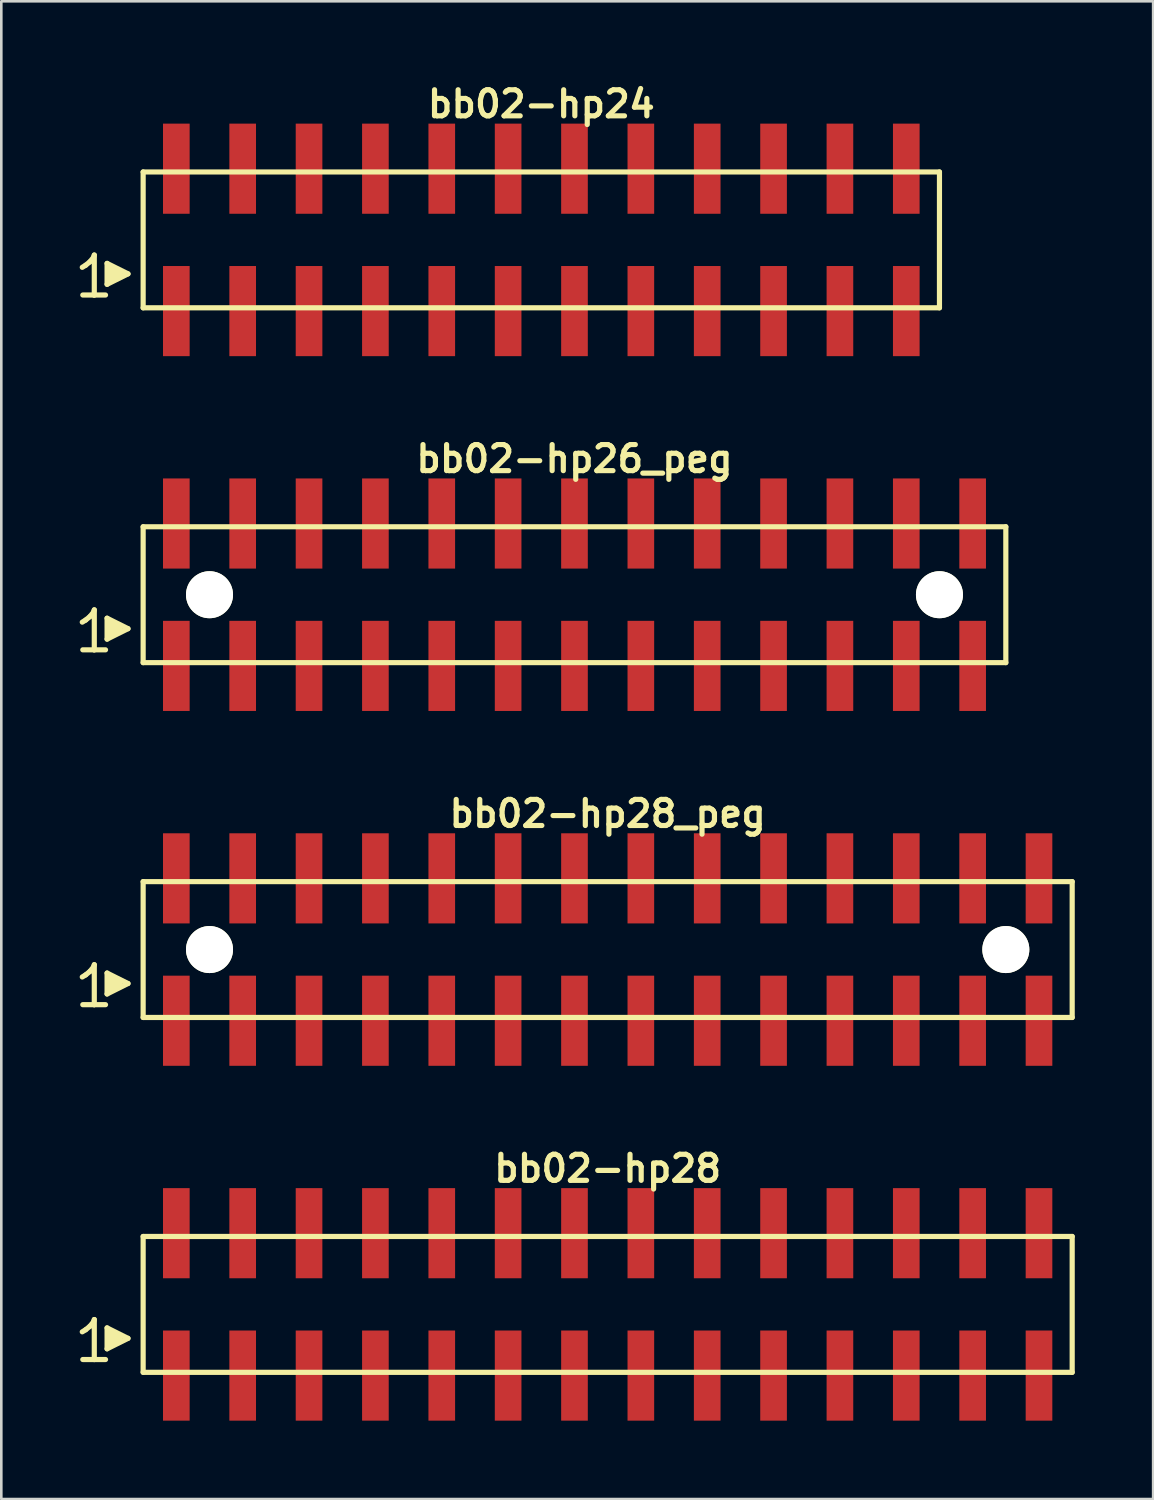
<source format=kicad_pcb>
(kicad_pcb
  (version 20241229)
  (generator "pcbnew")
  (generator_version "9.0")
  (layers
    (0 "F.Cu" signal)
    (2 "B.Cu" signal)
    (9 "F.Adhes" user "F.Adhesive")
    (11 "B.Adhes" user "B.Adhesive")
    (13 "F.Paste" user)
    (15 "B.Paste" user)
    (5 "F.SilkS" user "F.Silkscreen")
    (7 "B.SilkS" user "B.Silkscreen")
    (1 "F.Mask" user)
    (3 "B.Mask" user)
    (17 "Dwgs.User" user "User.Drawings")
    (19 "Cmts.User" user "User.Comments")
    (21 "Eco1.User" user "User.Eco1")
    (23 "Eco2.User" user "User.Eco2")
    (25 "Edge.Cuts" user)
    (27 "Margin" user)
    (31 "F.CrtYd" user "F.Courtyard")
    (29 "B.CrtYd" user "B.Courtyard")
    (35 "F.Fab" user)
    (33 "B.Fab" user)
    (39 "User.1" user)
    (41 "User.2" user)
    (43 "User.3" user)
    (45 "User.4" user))
  (footprint "bb02-hp28"
    (layer "F.Cu")
    (at 20.209 46.877)
    (property "Reference" "bb02-hp28" (at 0 -5.2 0) (layer "F.SilkS") (effects (font (size 0.998 0.998) (thickness 0.198))))
    (attr through_hole)
    (fp_line (start -20.11 1.05) (end -19.98 0.97) (stroke (width 0.198) (type solid)) (layer "F.SilkS"))
    (fp_line (start -19.98 0.97) (end -19.82 0.84) (stroke (width 0.198) (type solid)) (layer "F.SilkS"))
    (fp_line (start -19.82 0.84) (end -19.68 0.67) (stroke (width 0.198) (type solid)) (layer "F.SilkS"))
    (fp_line (start -19.68 0.67) (end -19.65 0.58) (stroke (width 0.198) (type solid)) (layer "F.SilkS"))
    (fp_line (start -19.65 0.58) (end -19.65 2.11) (stroke (width 0.198) (type solid)) (layer "F.SilkS"))
    (fp_line (start -19.65 2.11) (end -20.09 2.11) (stroke (width 0.198) (type solid)) (layer "F.SilkS"))
    (fp_line (start -19.22 2.11) (end -19.66 2.11) (stroke (width 0.198) (type solid)) (layer "F.SilkS"))
    (fp_line (start -19.16 0.9) (end -18.36 1.3) (stroke (width 0.198) (type solid)) (layer "F.SilkS"))
    (fp_line (start -19.16 1.7) (end -19.16 0.9) (stroke (width 0.198) (type solid)) (layer "F.SilkS"))
    (fp_line (start -19.06 1.6) (end -19.06 1) (stroke (width 0.198) (type solid)) (layer "F.SilkS"))
    (fp_line (start -18.96 1.1) (end -18.96 1.5) (stroke (width 0.198) (type solid)) (layer "F.SilkS"))
    (fp_line (start -18.86 1.5) (end -18.86 1.1) (stroke (width 0.198) (type solid)) (layer "F.SilkS"))
    (fp_line (start -18.76 1.2) (end -18.76 1.4) (stroke (width 0.198) (type solid)) (layer "F.SilkS"))
    (fp_line (start -18.66 1.4) (end -18.66 1.2) (stroke (width 0.198) (type solid)) (layer "F.SilkS"))
    (fp_line (start -18.36 1.3) (end -19.16 1.7) (stroke (width 0.198) (type solid)) (layer "F.SilkS"))
    (fp_line (start -17.78 -2.6) (end -17.78 2.6) (stroke (width 0.198) (type solid)) (layer "F.SilkS"))
    (fp_line (start -17.78 -2.6) (end 17.78 -2.6) (stroke (width 0.198) (type solid)) (layer "F.SilkS"))
    (fp_line (start 17.78 2.6) (end -17.78 2.6) (stroke (width 0.198) (type solid)) (layer "F.SilkS"))
    (fp_line (start 17.78 2.6) (end 17.78 -2.6) (stroke (width 0.198) (type solid)) (layer "F.SilkS"))
    (pad "1" smd rect (at -16.51 2.725) (size 1.02 3.45) (layers "F.Cu" "F.Mask" "F.Paste"))
    (pad "2" smd rect (at -16.51 -2.725) (size 1.02 3.45) (layers "F.Cu" "F.Mask" "F.Paste"))
    (pad "3" smd rect (at -13.97 2.725) (size 1.02 3.45) (layers "F.Cu" "F.Mask" "F.Paste"))
    (pad "4" smd rect (at -13.97 -2.725) (size 1.02 3.45) (layers "F.Cu" "F.Mask" "F.Paste"))
    (pad "5" smd rect (at -11.43 2.725) (size 1.02 3.45) (layers "F.Cu" "F.Mask" "F.Paste"))
    (pad "6" smd rect (at -11.43 -2.725) (size 1.02 3.45) (layers "F.Cu" "F.Mask" "F.Paste"))
    (pad "7" smd rect (at -8.89 2.725) (size 1.02 3.45) (layers "F.Cu" "F.Mask" "F.Paste"))
    (pad "8" smd rect (at -8.89 -2.725) (size 1.02 3.45) (layers "F.Cu" "F.Mask" "F.Paste"))
    (pad "9" smd rect (at -6.35 2.725) (size 1.02 3.45) (layers "F.Cu" "F.Mask" "F.Paste"))
    (pad "10" smd rect (at -6.35 -2.725) (size 1.02 3.45) (layers "F.Cu" "F.Mask" "F.Paste"))
    (pad "11" smd rect (at -3.81 2.725) (size 1.02 3.45) (layers "F.Cu" "F.Mask" "F.Paste"))
    (pad "12" smd rect (at -3.81 -2.725) (size 1.02 3.45) (layers "F.Cu" "F.Mask" "F.Paste"))
    (pad "13" smd rect (at -1.27 2.725) (size 1.02 3.45) (layers "F.Cu" "F.Mask" "F.Paste"))
    (pad "14" smd rect (at -1.27 -2.725) (size 1.02 3.45) (layers "F.Cu" "F.Mask" "F.Paste"))
    (pad "15" smd rect (at 1.27 2.725) (size 1.02 3.45) (layers "F.Cu" "F.Mask" "F.Paste"))
    (pad "16" smd rect (at 1.27 -2.725) (size 1.02 3.45) (layers "F.Cu" "F.Mask" "F.Paste"))
    (pad "17" smd rect (at 3.81 2.725) (size 1.02 3.45) (layers "F.Cu" "F.Mask" "F.Paste"))
    (pad "18" smd rect (at 3.81 -2.725) (size 1.02 3.45) (layers "F.Cu" "F.Mask" "F.Paste"))
    (pad "19" smd rect (at 6.35 2.725) (size 1.02 3.45) (layers "F.Cu" "F.Mask" "F.Paste"))
    (pad "20" smd rect (at 6.35 -2.725) (size 1.02 3.45) (layers "F.Cu" "F.Mask" "F.Paste"))
    (pad "21" smd rect (at 8.89 2.725) (size 1.02 3.45) (layers "F.Cu" "F.Mask" "F.Paste"))
    (pad "22" smd rect (at 8.89 -2.725) (size 1.02 3.45) (layers "F.Cu" "F.Mask" "F.Paste"))
    (pad "23" smd rect (at 11.43 2.725) (size 1.02 3.45) (layers "F.Cu" "F.Mask" "F.Paste"))
    (pad "24" smd rect (at 11.43 -2.725) (size 1.02 3.45) (layers "F.Cu" "F.Mask" "F.Paste"))
    (pad "25" smd rect (at 13.97 2.725) (size 1.02 3.45) (layers "F.Cu" "F.Mask" "F.Paste"))
    (pad "26" smd rect (at 13.97 -2.725) (size 1.02 3.45) (layers "F.Cu" "F.Mask" "F.Paste"))
    (pad "27" smd rect (at 16.51 2.725) (size 1.02 3.45) (layers "F.Cu" "F.Mask" "F.Paste"))
    (pad "28" smd rect (at 16.51 -2.725) (size 1.02 3.45) (layers "F.Cu" "F.Mask" "F.Paste")))
  (footprint "bb02-hp24"
    (layer "F.Cu")
    (at 17.669 6.132)
    (property "Reference" "bb02-hp24" (at 0 -5.2 0) (layer "F.SilkS") (effects (font (size 0.998 0.998) (thickness 0.198))))
    (attr through_hole)
    (fp_line (start -17.57 1.05) (end -17.44 0.97) (stroke (width 0.198) (type solid)) (layer "F.SilkS"))
    (fp_line (start -17.44 0.97) (end -17.28 0.84) (stroke (width 0.198) (type solid)) (layer "F.SilkS"))
    (fp_line (start -17.28 0.84) (end -17.14 0.67) (stroke (width 0.198) (type solid)) (layer "F.SilkS"))
    (fp_line (start -17.14 0.67) (end -17.11 0.58) (stroke (width 0.198) (type solid)) (layer "F.SilkS"))
    (fp_line (start -17.11 0.58) (end -17.11 2.11) (stroke (width 0.198) (type solid)) (layer "F.SilkS"))
    (fp_line (start -17.11 2.11) (end -17.55 2.11) (stroke (width 0.198) (type solid)) (layer "F.SilkS"))
    (fp_line (start -16.68 2.11) (end -17.12 2.11) (stroke (width 0.198) (type solid)) (layer "F.SilkS"))
    (fp_line (start -16.62 0.9) (end -15.82 1.3) (stroke (width 0.198) (type solid)) (layer "F.SilkS"))
    (fp_line (start -16.62 1.7) (end -16.62 0.9) (stroke (width 0.198) (type solid)) (layer "F.SilkS"))
    (fp_line (start -16.52 1.6) (end -16.52 1) (stroke (width 0.198) (type solid)) (layer "F.SilkS"))
    (fp_line (start -16.42 1.1) (end -16.42 1.5) (stroke (width 0.198) (type solid)) (layer "F.SilkS"))
    (fp_line (start -16.32 1.5) (end -16.32 1.1) (stroke (width 0.198) (type solid)) (layer "F.SilkS"))
    (fp_line (start -16.22 1.2) (end -16.22 1.4) (stroke (width 0.198) (type solid)) (layer "F.SilkS"))
    (fp_line (start -16.12 1.4) (end -16.12 1.2) (stroke (width 0.198) (type solid)) (layer "F.SilkS"))
    (fp_line (start -15.82 1.3) (end -16.62 1.7) (stroke (width 0.198) (type solid)) (layer "F.SilkS"))
    (fp_line (start -15.24 -2.6) (end -15.24 2.6) (stroke (width 0.198) (type solid)) (layer "F.SilkS"))
    (fp_line (start -15.24 -2.6) (end 15.24 -2.6) (stroke (width 0.198) (type solid)) (layer "F.SilkS"))
    (fp_line (start 15.24 2.6) (end -15.24 2.6) (stroke (width 0.198) (type solid)) (layer "F.SilkS"))
    (fp_line (start 15.24 2.6) (end 15.24 -2.6) (stroke (width 0.198) (type solid)) (layer "F.SilkS"))
    (pad "1" smd rect (at -13.97 2.725) (size 1.02 3.45) (layers "F.Cu" "F.Mask" "F.Paste"))
    (pad "2" smd rect (at -13.97 -2.725) (size 1.02 3.45) (layers "F.Cu" "F.Mask" "F.Paste"))
    (pad "3" smd rect (at -11.43 2.725) (size 1.02 3.45) (layers "F.Cu" "F.Mask" "F.Paste"))
    (pad "4" smd rect (at -11.43 -2.725) (size 1.02 3.45) (layers "F.Cu" "F.Mask" "F.Paste"))
    (pad "5" smd rect (at -8.89 2.725) (size 1.02 3.45) (layers "F.Cu" "F.Mask" "F.Paste"))
    (pad "6" smd rect (at -8.89 -2.725) (size 1.02 3.45) (layers "F.Cu" "F.Mask" "F.Paste"))
    (pad "7" smd rect (at -6.35 2.725) (size 1.02 3.45) (layers "F.Cu" "F.Mask" "F.Paste"))
    (pad "8" smd rect (at -6.35 -2.725) (size 1.02 3.45) (layers "F.Cu" "F.Mask" "F.Paste"))
    (pad "9" smd rect (at -3.81 2.725) (size 1.02 3.45) (layers "F.Cu" "F.Mask" "F.Paste"))
    (pad "10" smd rect (at -3.81 -2.725) (size 1.02 3.45) (layers "F.Cu" "F.Mask" "F.Paste"))
    (pad "11" smd rect (at -1.27 2.725) (size 1.02 3.45) (layers "F.Cu" "F.Mask" "F.Paste"))
    (pad "12" smd rect (at -1.27 -2.725) (size 1.02 3.45) (layers "F.Cu" "F.Mask" "F.Paste"))
    (pad "13" smd rect (at 1.27 2.725) (size 1.02 3.45) (layers "F.Cu" "F.Mask" "F.Paste"))
    (pad "14" smd rect (at 1.27 -2.725) (size 1.02 3.45) (layers "F.Cu" "F.Mask" "F.Paste"))
    (pad "15" smd rect (at 3.81 2.725) (size 1.02 3.45) (layers "F.Cu" "F.Mask" "F.Paste"))
    (pad "16" smd rect (at 3.81 -2.725) (size 1.02 3.45) (layers "F.Cu" "F.Mask" "F.Paste"))
    (pad "17" smd rect (at 6.35 2.725) (size 1.02 3.45) (layers "F.Cu" "F.Mask" "F.Paste"))
    (pad "18" smd rect (at 6.35 -2.725) (size 1.02 3.45) (layers "F.Cu" "F.Mask" "F.Paste"))
    (pad "19" smd rect (at 8.89 2.725) (size 1.02 3.45) (layers "F.Cu" "F.Mask" "F.Paste"))
    (pad "20" smd rect (at 8.89 -2.725) (size 1.02 3.45) (layers "F.Cu" "F.Mask" "F.Paste"))
    (pad "21" smd rect (at 11.43 2.725) (size 1.02 3.45) (layers "F.Cu" "F.Mask" "F.Paste"))
    (pad "22" smd rect (at 11.43 -2.725) (size 1.02 3.45) (layers "F.Cu" "F.Mask" "F.Paste"))
    (pad "23" smd rect (at 13.97 2.725) (size 1.02 3.45) (layers "F.Cu" "F.Mask" "F.Paste"))
    (pad "24" smd rect (at 13.97 -2.725) (size 1.02 3.45) (layers "F.Cu" "F.Mask" "F.Paste")))
  (footprint "bb02-hp26_peg"
    (layer "F.Cu")
    (at 18.939 19.713)
    (property "Reference" "bb02-hp26_peg" (at 0 -5.2 0) (layer "F.SilkS") (effects (font (size 0.998 0.998) (thickness 0.198))))
    (attr through_hole)
    (fp_line (start -18.84 1.05) (end -18.71 0.97) (stroke (width 0.198) (type solid)) (layer "F.SilkS"))
    (fp_line (start -18.71 0.97) (end -18.55 0.84) (stroke (width 0.198) (type solid)) (layer "F.SilkS"))
    (fp_line (start -18.55 0.84) (end -18.41 0.67) (stroke (width 0.198) (type solid)) (layer "F.SilkS"))
    (fp_line (start -18.41 0.67) (end -18.38 0.58) (stroke (width 0.198) (type solid)) (layer "F.SilkS"))
    (fp_line (start -18.38 0.58) (end -18.38 2.11) (stroke (width 0.198) (type solid)) (layer "F.SilkS"))
    (fp_line (start -18.38 2.11) (end -18.82 2.11) (stroke (width 0.198) (type solid)) (layer "F.SilkS"))
    (fp_line (start -17.95 2.11) (end -18.39 2.11) (stroke (width 0.198) (type solid)) (layer "F.SilkS"))
    (fp_line (start -17.89 0.9) (end -17.09 1.3) (stroke (width 0.198) (type solid)) (layer "F.SilkS"))
    (fp_line (start -17.89 1.7) (end -17.89 0.9) (stroke (width 0.198) (type solid)) (layer "F.SilkS"))
    (fp_line (start -17.79 1.6) (end -17.79 1) (stroke (width 0.198) (type solid)) (layer "F.SilkS"))
    (fp_line (start -17.69 1.1) (end -17.69 1.5) (stroke (width 0.198) (type solid)) (layer "F.SilkS"))
    (fp_line (start -17.59 1.5) (end -17.59 1.1) (stroke (width 0.198) (type solid)) (layer "F.SilkS"))
    (fp_line (start -17.49 1.2) (end -17.49 1.4) (stroke (width 0.198) (type solid)) (layer "F.SilkS"))
    (fp_line (start -17.39 1.4) (end -17.39 1.2) (stroke (width 0.198) (type solid)) (layer "F.SilkS"))
    (fp_line (start -17.09 1.3) (end -17.89 1.7) (stroke (width 0.198) (type solid)) (layer "F.SilkS"))
    (fp_line (start -16.51 -2.6) (end -16.51 2.6) (stroke (width 0.198) (type solid)) (layer "F.SilkS"))
    (fp_line (start -16.51 -2.6) (end 16.51 -2.6) (stroke (width 0.198) (type solid)) (layer "F.SilkS"))
    (fp_line (start 16.51 2.6) (end -16.51 2.6) (stroke (width 0.198) (type solid)) (layer "F.SilkS"))
    (fp_line (start 16.51 2.6) (end 16.51 -2.6) (stroke (width 0.198) (type solid)) (layer "F.SilkS"))
    (pad "" np_thru_hole circle (at -13.97 0) (size 1.8 1.8) (drill 1.8) (layers "*.Cu" "*.Mask" "F.SilkS"))
    (pad "" np_thru_hole circle (at 13.97 0) (size 1.8 1.8) (drill 1.8) (layers "*.Cu" "*.Mask" "F.SilkS"))
    (pad "1" smd rect (at -15.24 2.725) (size 1.02 3.45) (layers "F.Cu" "F.Mask" "F.Paste"))
    (pad "2" smd rect (at -15.24 -2.725) (size 1.02 3.45) (layers "F.Cu" "F.Mask" "F.Paste"))
    (pad "3" smd rect (at -12.7 2.725) (size 1.02 3.45) (layers "F.Cu" "F.Mask" "F.Paste"))
    (pad "4" smd rect (at -12.7 -2.725) (size 1.02 3.45) (layers "F.Cu" "F.Mask" "F.Paste"))
    (pad "5" smd rect (at -10.16 2.725) (size 1.02 3.45) (layers "F.Cu" "F.Mask" "F.Paste"))
    (pad "6" smd rect (at -10.16 -2.725) (size 1.02 3.45) (layers "F.Cu" "F.Mask" "F.Paste"))
    (pad "7" smd rect (at -7.62 2.725) (size 1.02 3.45) (layers "F.Cu" "F.Mask" "F.Paste"))
    (pad "8" smd rect (at -7.62 -2.725) (size 1.02 3.45) (layers "F.Cu" "F.Mask" "F.Paste"))
    (pad "9" smd rect (at -5.08 2.725) (size 1.02 3.45) (layers "F.Cu" "F.Mask" "F.Paste"))
    (pad "10" smd rect (at -5.08 -2.725) (size 1.02 3.45) (layers "F.Cu" "F.Mask" "F.Paste"))
    (pad "11" smd rect (at -2.54 2.725) (size 1.02 3.45) (layers "F.Cu" "F.Mask" "F.Paste"))
    (pad "12" smd rect (at -2.54 -2.725) (size 1.02 3.45) (layers "F.Cu" "F.Mask" "F.Paste"))
    (pad "13" smd rect (at 0 2.725) (size 1.02 3.45) (layers "F.Cu" "F.Mask" "F.Paste"))
    (pad "14" smd rect (at 0 -2.725) (size 1.02 3.45) (layers "F.Cu" "F.Mask" "F.Paste"))
    (pad "15" smd rect (at 2.54 2.725) (size 1.02 3.45) (layers "F.Cu" "F.Mask" "F.Paste"))
    (pad "16" smd rect (at 2.54 -2.725) (size 1.02 3.45) (layers "F.Cu" "F.Mask" "F.Paste"))
    (pad "17" smd rect (at 5.08 2.725) (size 1.02 3.45) (layers "F.Cu" "F.Mask" "F.Paste"))
    (pad "18" smd rect (at 5.08 -2.725) (size 1.02 3.45) (layers "F.Cu" "F.Mask" "F.Paste"))
    (pad "19" smd rect (at 7.62 2.725) (size 1.02 3.45) (layers "F.Cu" "F.Mask" "F.Paste"))
    (pad "20" smd rect (at 7.62 -2.725) (size 1.02 3.45) (layers "F.Cu" "F.Mask" "F.Paste"))
    (pad "21" smd rect (at 10.16 2.725) (size 1.02 3.45) (layers "F.Cu" "F.Mask" "F.Paste"))
    (pad "22" smd rect (at 10.16 -2.725) (size 1.02 3.45) (layers "F.Cu" "F.Mask" "F.Paste"))
    (pad "23" smd rect (at 12.7 2.725) (size 1.02 3.45) (layers "F.Cu" "F.Mask" "F.Paste"))
    (pad "24" smd rect (at 12.7 -2.725) (size 1.02 3.45) (layers "F.Cu" "F.Mask" "F.Paste"))
    (pad "25" smd rect (at 15.24 2.725) (size 1.02 3.45) (layers "F.Cu" "F.Mask" "F.Paste"))
    (pad "26" smd rect (at 15.24 -2.725) (size 1.02 3.45) (layers "F.Cu" "F.Mask" "F.Paste")))
  (footprint "bb02-hp28_peg"
    (layer "F.Cu")
    (at 20.209 33.295)
    (property "Reference" "bb02-hp28_peg" (at 0 -5.2 0) (layer "F.SilkS") (effects (font (size 0.998 0.998) (thickness 0.198))))
    (attr through_hole)
    (fp_line (start -20.11 1.05) (end -19.98 0.97) (stroke (width 0.198) (type solid)) (layer "F.SilkS"))
    (fp_line (start -19.98 0.97) (end -19.82 0.84) (stroke (width 0.198) (type solid)) (layer "F.SilkS"))
    (fp_line (start -19.82 0.84) (end -19.68 0.67) (stroke (width 0.198) (type solid)) (layer "F.SilkS"))
    (fp_line (start -19.68 0.67) (end -19.65 0.58) (stroke (width 0.198) (type solid)) (layer "F.SilkS"))
    (fp_line (start -19.65 0.58) (end -19.65 2.11) (stroke (width 0.198) (type solid)) (layer "F.SilkS"))
    (fp_line (start -19.65 2.11) (end -20.09 2.11) (stroke (width 0.198) (type solid)) (layer "F.SilkS"))
    (fp_line (start -19.22 2.11) (end -19.66 2.11) (stroke (width 0.198) (type solid)) (layer "F.SilkS"))
    (fp_line (start -19.16 0.9) (end -18.36 1.3) (stroke (width 0.198) (type solid)) (layer "F.SilkS"))
    (fp_line (start -19.16 1.7) (end -19.16 0.9) (stroke (width 0.198) (type solid)) (layer "F.SilkS"))
    (fp_line (start -19.06 1.6) (end -19.06 1) (stroke (width 0.198) (type solid)) (layer "F.SilkS"))
    (fp_line (start -18.96 1.1) (end -18.96 1.5) (stroke (width 0.198) (type solid)) (layer "F.SilkS"))
    (fp_line (start -18.86 1.5) (end -18.86 1.1) (stroke (width 0.198) (type solid)) (layer "F.SilkS"))
    (fp_line (start -18.76 1.2) (end -18.76 1.4) (stroke (width 0.198) (type solid)) (layer "F.SilkS"))
    (fp_line (start -18.66 1.4) (end -18.66 1.2) (stroke (width 0.198) (type solid)) (layer "F.SilkS"))
    (fp_line (start -18.36 1.3) (end -19.16 1.7) (stroke (width 0.198) (type solid)) (layer "F.SilkS"))
    (fp_line (start -17.78 -2.6) (end -17.78 2.6) (stroke (width 0.198) (type solid)) (layer "F.SilkS"))
    (fp_line (start -17.78 -2.6) (end 17.78 -2.6) (stroke (width 0.198) (type solid)) (layer "F.SilkS"))
    (fp_line (start 17.78 2.6) (end -17.78 2.6) (stroke (width 0.198) (type solid)) (layer "F.SilkS"))
    (fp_line (start 17.78 2.6) (end 17.78 -2.6) (stroke (width 0.198) (type solid)) (layer "F.SilkS"))
    (pad "" np_thru_hole circle (at -15.24 0) (size 1.8 1.8) (drill 1.8) (layers "*.Cu" "*.Mask" "F.SilkS"))
    (pad "" np_thru_hole circle (at 15.24 0) (size 1.8 1.8) (drill 1.8) (layers "*.Cu" "*.Mask" "F.SilkS"))
    (pad "1" smd rect (at -16.51 2.725) (size 1.02 3.45) (layers "F.Cu" "F.Mask" "F.Paste"))
    (pad "2" smd rect (at -16.51 -2.725) (size 1.02 3.45) (layers "F.Cu" "F.Mask" "F.Paste"))
    (pad "3" smd rect (at -13.97 2.725) (size 1.02 3.45) (layers "F.Cu" "F.Mask" "F.Paste"))
    (pad "4" smd rect (at -13.97 -2.725) (size 1.02 3.45) (layers "F.Cu" "F.Mask" "F.Paste"))
    (pad "5" smd rect (at -11.43 2.725) (size 1.02 3.45) (layers "F.Cu" "F.Mask" "F.Paste"))
    (pad "6" smd rect (at -11.43 -2.725) (size 1.02 3.45) (layers "F.Cu" "F.Mask" "F.Paste"))
    (pad "7" smd rect (at -8.89 2.725) (size 1.02 3.45) (layers "F.Cu" "F.Mask" "F.Paste"))
    (pad "8" smd rect (at -8.89 -2.725) (size 1.02 3.45) (layers "F.Cu" "F.Mask" "F.Paste"))
    (pad "9" smd rect (at -6.35 2.725) (size 1.02 3.45) (layers "F.Cu" "F.Mask" "F.Paste"))
    (pad "10" smd rect (at -6.35 -2.725) (size 1.02 3.45) (layers "F.Cu" "F.Mask" "F.Paste"))
    (pad "11" smd rect (at -3.81 2.725) (size 1.02 3.45) (layers "F.Cu" "F.Mask" "F.Paste"))
    (pad "12" smd rect (at -3.81 -2.725) (size 1.02 3.45) (layers "F.Cu" "F.Mask" "F.Paste"))
    (pad "13" smd rect (at -1.27 2.725) (size 1.02 3.45) (layers "F.Cu" "F.Mask" "F.Paste"))
    (pad "14" smd rect (at -1.27 -2.725) (size 1.02 3.45) (layers "F.Cu" "F.Mask" "F.Paste"))
    (pad "15" smd rect (at 1.27 2.725) (size 1.02 3.45) (layers "F.Cu" "F.Mask" "F.Paste"))
    (pad "16" smd rect (at 1.27 -2.725) (size 1.02 3.45) (layers "F.Cu" "F.Mask" "F.Paste"))
    (pad "17" smd rect (at 3.81 2.725) (size 1.02 3.45) (layers "F.Cu" "F.Mask" "F.Paste"))
    (pad "18" smd rect (at 3.81 -2.725) (size 1.02 3.45) (layers "F.Cu" "F.Mask" "F.Paste"))
    (pad "19" smd rect (at 6.35 2.725) (size 1.02 3.45) (layers "F.Cu" "F.Mask" "F.Paste"))
    (pad "20" smd rect (at 6.35 -2.725) (size 1.02 3.45) (layers "F.Cu" "F.Mask" "F.Paste"))
    (pad "21" smd rect (at 8.89 2.725) (size 1.02 3.45) (layers "F.Cu" "F.Mask" "F.Paste"))
    (pad "22" smd rect (at 8.89 -2.725) (size 1.02 3.45) (layers "F.Cu" "F.Mask" "F.Paste"))
    (pad "23" smd rect (at 11.43 2.725) (size 1.02 3.45) (layers "F.Cu" "F.Mask" "F.Paste"))
    (pad "24" smd rect (at 11.43 -2.725) (size 1.02 3.45) (layers "F.Cu" "F.Mask" "F.Paste"))
    (pad "25" smd rect (at 13.97 2.725) (size 1.02 3.45) (layers "F.Cu" "F.Mask" "F.Paste"))
    (pad "26" smd rect (at 13.97 -2.725) (size 1.02 3.45) (layers "F.Cu" "F.Mask" "F.Paste"))
    (pad "27" smd rect (at 16.51 2.725) (size 1.02 3.45) (layers "F.Cu" "F.Mask" "F.Paste"))
    (pad "28" smd rect (at 16.51 -2.725) (size 1.02 3.45) (layers "F.Cu" "F.Mask" "F.Paste")))
  (gr_rect
    (start -3 -3)
    (end 41.088 54.327)
    (stroke (width 0.1) (type default))
    (fill no)
    (layer "Edge.Cuts")))
</source>
